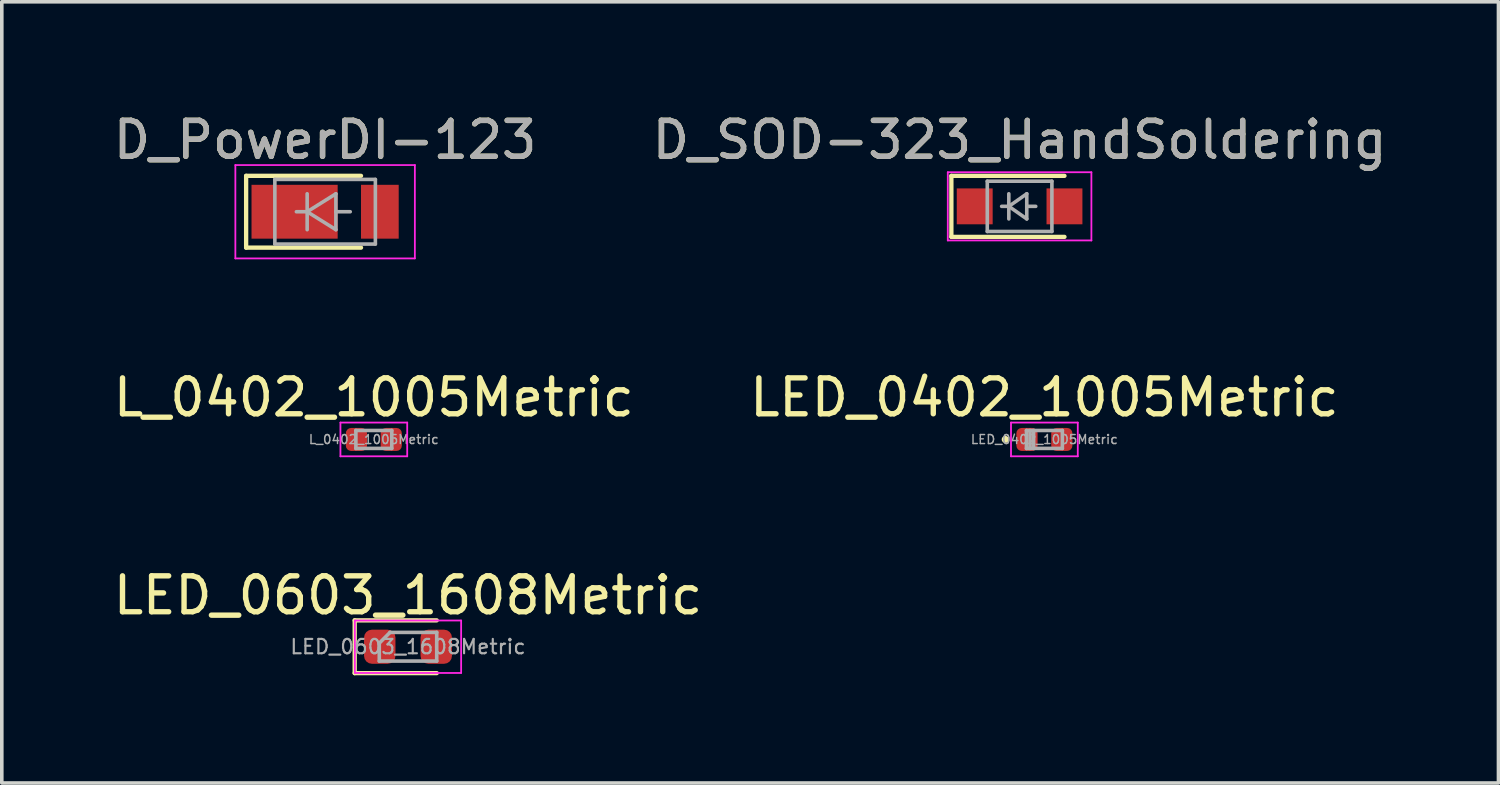
<source format=kicad_pcb>
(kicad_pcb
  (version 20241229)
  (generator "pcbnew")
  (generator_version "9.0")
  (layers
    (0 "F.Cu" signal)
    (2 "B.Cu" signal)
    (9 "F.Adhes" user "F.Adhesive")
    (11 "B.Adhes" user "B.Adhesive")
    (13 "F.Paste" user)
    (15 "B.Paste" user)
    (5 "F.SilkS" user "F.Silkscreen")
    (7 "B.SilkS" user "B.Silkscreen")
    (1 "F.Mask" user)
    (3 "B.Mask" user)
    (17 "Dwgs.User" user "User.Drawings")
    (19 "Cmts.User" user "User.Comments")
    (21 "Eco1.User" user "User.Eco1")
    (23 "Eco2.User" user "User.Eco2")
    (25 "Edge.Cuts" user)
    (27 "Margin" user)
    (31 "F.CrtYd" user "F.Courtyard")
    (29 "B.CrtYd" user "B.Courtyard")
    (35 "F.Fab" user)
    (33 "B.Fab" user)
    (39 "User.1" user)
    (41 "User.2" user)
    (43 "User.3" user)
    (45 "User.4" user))
  (footprint "D_PowerDI-123"
    (layer "F.Cu")
    (at 6.006 2.848)
    (property "Reference" "D_PowerDI-123" (at 0 -2 0) (layer "F.SilkS") (effects (font (size 1 1) (thickness 0.15))))
    (attr smd)
    (fp_line (start -2.2 1) (end -2.2 -1) (stroke (width 0.12) (type solid)) (layer "F.SilkS"))
    (fp_line (start -2.2 1) (end 1 1) (stroke (width 0.12) (type solid)) (layer "F.SilkS"))
    (fp_line (start 1 -1) (end -2.2 -1) (stroke (width 0.12) (type solid)) (layer "F.SilkS"))
    (fp_line (start -2.5 -1.3) (end 2.5 -1.3) (stroke (width 0.05) (type solid)) (layer "F.CrtYd"))
    (fp_line (start -2.5 1.3) (end -2.5 -1.3) (stroke (width 0.05) (type solid)) (layer "F.CrtYd"))
    (fp_line (start 2.5 -1.3) (end 2.5 1.3) (stroke (width 0.05) (type solid)) (layer "F.CrtYd"))
    (fp_line (start 2.5 1.3) (end -2.5 1.3) (stroke (width 0.05) (type solid)) (layer "F.CrtYd"))
    (fp_line (start -1.4 -0.9) (end 1.4 -0.9) (stroke (width 0.1) (type solid)) (layer "F.Fab"))
    (fp_line (start -1.4 0.9) (end -1.4 -0.9) (stroke (width 0.1) (type solid)) (layer "F.Fab"))
    (fp_line (start -0.8 0) (end -0.5 0) (stroke (width 0.1) (type solid)) (layer "F.Fab"))
    (fp_line (start -0.5 0) (end -0.5 -0.5) (stroke (width 0.1) (type solid)) (layer "F.Fab"))
    (fp_line (start -0.5 0) (end -0.5 0.5) (stroke (width 0.1) (type solid)) (layer "F.Fab"))
    (fp_line (start -0.5 0) (end 0.3 0.5) (stroke (width 0.1) (type solid)) (layer "F.Fab"))
    (fp_line (start 0.3 -0.5) (end -0.5 0) (stroke (width 0.1) (type solid)) (layer "F.Fab"))
    (fp_line (start 0.3 0) (end 0.7 0) (stroke (width 0.1) (type solid)) (layer "F.Fab"))
    (fp_line (start 0.3 0.5) (end 0.3 -0.5) (stroke (width 0.1) (type solid)) (layer "F.Fab"))
    (fp_line (start 1.4 -0.9) (end 1.4 0.9) (stroke (width 0.1) (type solid)) (layer "F.Fab"))
    (fp_line (start 1.4 0.9) (end -1.4 0.9) (stroke (width 0.1) (type solid)) (layer "F.Fab"))
    (fp_text user "${REFERENCE}" (at 0 -2 0) (layer "F.Fab") (effects (font (size 1 1) (thickness 0.15))))
    (pad "1" smd rect (at -0.85 0 180) (size 2.4 1.5) (layers "F.Cu" "F.Mask" "F.Paste"))
    (pad "2" smd rect (at 1.525 0 180) (size 1.05 1.5) (layers "F.Cu" "F.Mask" "F.Paste")))
  (footprint "D_SOD-323_HandSoldering"
    (layer "F.Cu")
    (at 25.351 2.698)
    (property "Reference" "D_SOD-323_HandSoldering" (at 0 -1.85 0) (layer "F.SilkS") (effects (font (size 1 1) (thickness 0.15))))
    (attr smd)
    (fp_line (start -1.9 -0.85) (end -1.9 0.85) (stroke (width 0.12) (type solid)) (layer "F.SilkS"))
    (fp_line (start -1.9 -0.85) (end 1.25 -0.85) (stroke (width 0.12) (type solid)) (layer "F.SilkS"))
    (fp_line (start -1.9 0.85) (end 1.25 0.85) (stroke (width 0.12) (type solid)) (layer "F.SilkS"))
    (fp_line (start -2 -0.95) (end -2 0.95) (stroke (width 0.05) (type solid)) (layer "F.CrtYd"))
    (fp_line (start -2 -0.95) (end 2 -0.95) (stroke (width 0.05) (type solid)) (layer "F.CrtYd"))
    (fp_line (start -2 0.95) (end 2 0.95) (stroke (width 0.05) (type solid)) (layer "F.CrtYd"))
    (fp_line (start 2 -0.95) (end 2 0.95) (stroke (width 0.05) (type solid)) (layer "F.CrtYd"))
    (fp_line (start -0.9 -0.7) (end 0.9 -0.7) (stroke (width 0.1) (type solid)) (layer "F.Fab"))
    (fp_line (start -0.9 0.7) (end -0.9 -0.7) (stroke (width 0.1) (type solid)) (layer "F.Fab"))
    (fp_line (start -0.3 -0.35) (end -0.3 0.35) (stroke (width 0.1) (type solid)) (layer "F.Fab"))
    (fp_line (start -0.3 0) (end -0.5 0) (stroke (width 0.1) (type solid)) (layer "F.Fab"))
    (fp_line (start -0.3 0) (end 0.2 -0.35) (stroke (width 0.1) (type solid)) (layer "F.Fab"))
    (fp_line (start 0.2 -0.35) (end 0.2 0.35) (stroke (width 0.1) (type solid)) (layer "F.Fab"))
    (fp_line (start 0.2 0) (end 0.45 0) (stroke (width 0.1) (type solid)) (layer "F.Fab"))
    (fp_line (start 0.2 0.35) (end -0.3 0) (stroke (width 0.1) (type solid)) (layer "F.Fab"))
    (fp_line (start 0.9 -0.7) (end 0.9 0.7) (stroke (width 0.1) (type solid)) (layer "F.Fab"))
    (fp_line (start 0.9 0.7) (end -0.9 0.7) (stroke (width 0.1) (type solid)) (layer "F.Fab"))
    (fp_text user "${REFERENCE}" (at 0 -1.85 0) (layer "F.Fab") (effects (font (size 1 1) (thickness 0.15))))
    (pad "1" smd rect (at -1.25 0) (size 1 1) (layers "F.Cu" "F.Mask" "F.Paste"))
    (pad "2" smd rect (at 1.25 0) (size 1 1) (layers "F.Cu" "F.Mask" "F.Paste")))
  (footprint "LED_0603_1608Metric"
    (layer "F.Cu")
    (at 8.315 14.965)
    (property "Reference" "LED_0603_1608Metric" (at 0 -1.43 0) (layer "F.SilkS") (effects (font (size 1 1) (thickness 0.15))))
    (attr smd)
    (fp_line (start -1.485 -0.735) (end -1.485 0.735) (stroke (width 0.12) (type solid)) (layer "F.SilkS"))
    (fp_line (start -1.485 0.735) (end 0.8 0.735) (stroke (width 0.12) (type solid)) (layer "F.SilkS"))
    (fp_line (start 0.8 -0.735) (end -1.485 -0.735) (stroke (width 0.12) (type solid)) (layer "F.SilkS"))
    (fp_line (start -1.48 -0.73) (end 1.48 -0.73) (stroke (width 0.05) (type solid)) (layer "F.CrtYd"))
    (fp_line (start -1.48 0.73) (end -1.48 -0.73) (stroke (width 0.05) (type solid)) (layer "F.CrtYd"))
    (fp_line (start 1.48 -0.73) (end 1.48 0.73) (stroke (width 0.05) (type solid)) (layer "F.CrtYd"))
    (fp_line (start 1.48 0.73) (end -1.48 0.73) (stroke (width 0.05) (type solid)) (layer "F.CrtYd"))
    (fp_line (start -0.8 -0.1) (end -0.8 0.4) (stroke (width 0.1) (type solid)) (layer "F.Fab"))
    (fp_line (start -0.8 0.4) (end 0.8 0.4) (stroke (width 0.1) (type solid)) (layer "F.Fab"))
    (fp_line (start -0.5 -0.4) (end -0.8 -0.1) (stroke (width 0.1) (type solid)) (layer "F.Fab"))
    (fp_line (start 0.8 -0.4) (end -0.5 -0.4) (stroke (width 0.1) (type solid)) (layer "F.Fab"))
    (fp_line (start 0.8 0.4) (end 0.8 -0.4) (stroke (width 0.1) (type solid)) (layer "F.Fab"))
    (fp_text user "${REFERENCE}" (at 0 0 0) (layer "F.Fab") (effects (font (size 0.4 0.4) (thickness 0.06))))
    (pad "1" smd roundrect (at -0.787 0) (size 0.875 0.95) (layers "F.Cu" "F.Mask" "F.Paste") (roundrect_rratio 0.25))
    (pad "2" smd roundrect (at 0.787 0) (size 0.875 0.95) (layers "F.Cu" "F.Mask" "F.Paste") (roundrect_rratio 0.25)))
  (footprint "LED_0402_1005Metric"
    (layer "F.Cu")
    (at 26.042 9.191)
    (property "Reference" "LED_0402_1005Metric" (at 0 -1.17 0) (layer "F.SilkS") (effects (font (size 1 1) (thickness 0.15))))
    (attr smd)
    (fp_circle (center -1.09 0) (end -1.04 0) (stroke (width 0.1) (type solid)) (fill no) (layer "F.SilkS"))
    (fp_line (start -0.93 -0.47) (end 0.93 -0.47) (stroke (width 0.05) (type solid)) (layer "F.CrtYd"))
    (fp_line (start -0.93 0.47) (end -0.93 -0.47) (stroke (width 0.05) (type solid)) (layer "F.CrtYd"))
    (fp_line (start 0.93 -0.47) (end 0.93 0.47) (stroke (width 0.05) (type solid)) (layer "F.CrtYd"))
    (fp_line (start 0.93 0.47) (end -0.93 0.47) (stroke (width 0.05) (type solid)) (layer "F.CrtYd"))
    (fp_line (start -0.5 -0.25) (end 0.5 -0.25) (stroke (width 0.1) (type solid)) (layer "F.Fab"))
    (fp_line (start -0.5 0.25) (end -0.5 -0.25) (stroke (width 0.1) (type solid)) (layer "F.Fab"))
    (fp_line (start -0.4 0.25) (end -0.4 -0.25) (stroke (width 0.1) (type solid)) (layer "F.Fab"))
    (fp_line (start -0.3 0.25) (end -0.3 -0.25) (stroke (width 0.1) (type solid)) (layer "F.Fab"))
    (fp_line (start 0.5 -0.25) (end 0.5 0.25) (stroke (width 0.1) (type solid)) (layer "F.Fab"))
    (fp_line (start 0.5 0.25) (end -0.5 0.25) (stroke (width 0.1) (type solid)) (layer "F.Fab"))
    (fp_text user "${REFERENCE}" (at 0 0 0) (layer "F.Fab") (effects (font (size 0.25 0.25) (thickness 0.04))))
    (pad "1" smd roundrect (at -0.485 0) (size 0.59 0.64) (layers "F.Cu" "F.Mask" "F.Paste") (roundrect_rratio 0.25))
    (pad "2" smd roundrect (at 0.485 0) (size 0.59 0.64) (layers "F.Cu" "F.Mask" "F.Paste") (roundrect_rratio 0.25)))
  (footprint "L_0402_1005Metric"
    (layer "F.Cu")
    (at 7.363 9.191)
    (property "Reference" "L_0402_1005Metric" (at 0 -1.17 0) (layer "F.SilkS") (effects (font (size 1 1) (thickness 0.15))))
    (attr smd)
    (fp_line (start -0.93 -0.47) (end 0.93 -0.47) (stroke (width 0.05) (type solid)) (layer "F.CrtYd"))
    (fp_line (start -0.93 0.47) (end -0.93 -0.47) (stroke (width 0.05) (type solid)) (layer "F.CrtYd"))
    (fp_line (start 0.93 -0.47) (end 0.93 0.47) (stroke (width 0.05) (type solid)) (layer "F.CrtYd"))
    (fp_line (start 0.93 0.47) (end -0.93 0.47) (stroke (width 0.05) (type solid)) (layer "F.CrtYd"))
    (fp_line (start -0.5 -0.25) (end 0.5 -0.25) (stroke (width 0.1) (type solid)) (layer "F.Fab"))
    (fp_line (start -0.5 0.25) (end -0.5 -0.25) (stroke (width 0.1) (type solid)) (layer "F.Fab"))
    (fp_line (start 0.5 -0.25) (end 0.5 0.25) (stroke (width 0.1) (type solid)) (layer "F.Fab"))
    (fp_line (start 0.5 0.25) (end -0.5 0.25) (stroke (width 0.1) (type solid)) (layer "F.Fab"))
    (fp_text user "${REFERENCE}" (at 0 0 0) (layer "F.Fab") (effects (font (size 0.25 0.25) (thickness 0.04))))
    (pad "1" smd roundrect (at -0.485 0) (size 0.59 0.64) (layers "F.Cu" "F.Mask" "F.Paste") (roundrect_rratio 0.25))
    (pad "2" smd roundrect (at 0.485 0) (size 0.59 0.64) (layers "F.Cu" "F.Mask" "F.Paste") (roundrect_rratio 0.25)))
  (gr_rect
    (start -3 -3)
    (end 38.69 18.76)
    (stroke (width 0.1) (type default))
    (fill no)
    (layer "Edge.Cuts")))
</source>
